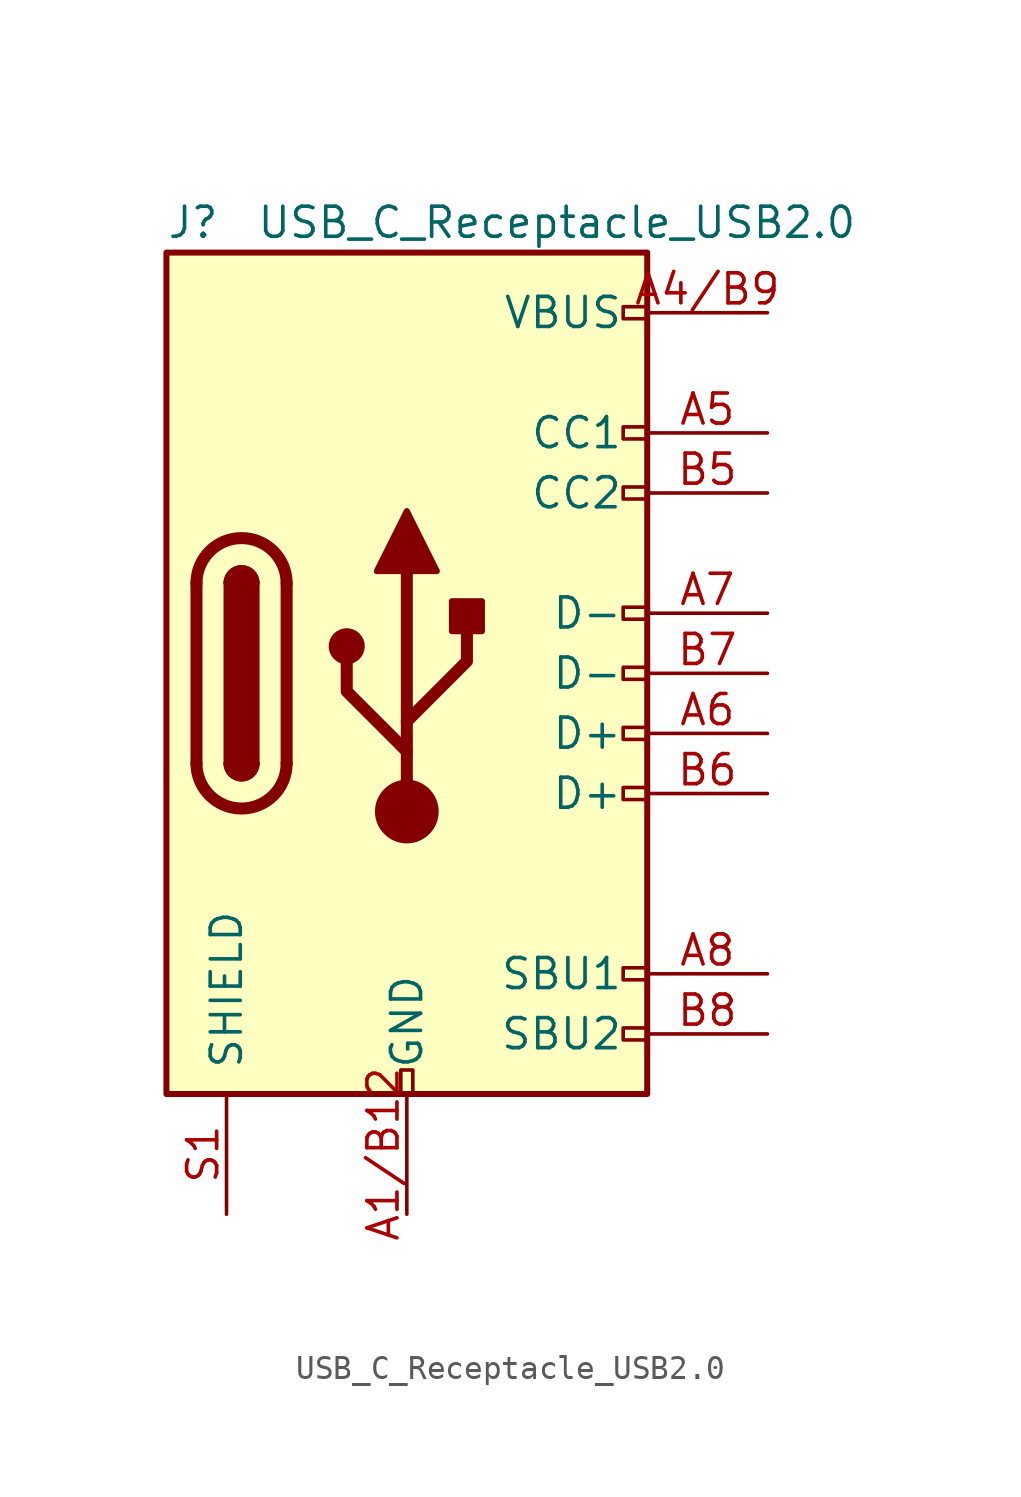
<source format=kicad_sym>
(kicad_symbol_lib
  (version 20231120)
  (generator "kicad_symbol_editor")
  (generator_version "8.0")
  (symbol "USB_C_Receptacle_USB2.0"
    (pin_names
      (offset 1.016))
    (property "Reference" "J"
      (at -10.16 19.05 0)
      (effects (font (size 1.27 1.27)) (justify left)))
    (property "Value" "USB_C_Receptacle_USB2.0"
      (at 19.05 19.05 0)
      (effects (font (size 1.27 1.27)) (justify right)))
    (symbol "USB_C_Receptacle_USB2.0_0_0"
      (rectangle (start -0.254 -17.78) (end 0.254 -16.764) (stroke (width 0) (type default)) (fill (type none)))
      (rectangle (start 10.16 -14.986) (end 9.144 -15.494) (stroke (width 0) (type default)) (fill (type none)))
      (rectangle (start 10.16 -12.446) (end 9.144 -12.954) (stroke (width 0) (type default)) (fill (type none)))
      (rectangle (start 10.16 -4.826) (end 9.144 -5.334) (stroke (width 0) (type default)) (fill (type none)))
      (rectangle (start 10.16 -2.286) (end 9.144 -2.794) (stroke (width 0) (type default)) (fill (type none)))
      (rectangle (start 10.16 0.254) (end 9.144 -0.254) (stroke (width 0) (type default)) (fill (type none)))
      (rectangle (start 10.16 2.794) (end 9.144 2.286) (stroke (width 0) (type default)) (fill (type none)))
      (rectangle (start 10.16 7.874) (end 9.144 7.366) (stroke (width 0) (type default)) (fill (type none)))
      (rectangle (start 10.16 10.414) (end 9.144 9.906) (stroke (width 0) (type default)) (fill (type none)))
      (rectangle (start 10.16 15.494) (end 9.144 14.986) (stroke (width 0) (type default)) (fill (type none))))
    (symbol "USB_C_Receptacle_USB2.0_0_1"
      (rectangle (start -10.16 17.78) (end 10.16 -17.78) (stroke (width 0.254) (type default)) (fill (type background)))
      (arc (start -8.89 -3.81) (mid -6.985 -5.7067) (end -5.08 -3.81) (stroke (width 0.508) (type default)) (fill (type none)))
      (arc (start -7.62 -3.81) (mid -6.985 -4.4423) (end -6.35 -3.81) (stroke (width 0.254) (type default)) (fill (type none)))
      (arc (start -7.62 -3.81) (mid -6.985 -4.4423) (end -6.35 -3.81) (stroke (width 0.254) (type default)) (fill (type outline)))
      (rectangle (start -7.62 -3.81) (end -6.35 3.81) (stroke (width 0.254) (type default)) (fill (type outline)))
      (arc (start -6.35 3.81) (mid -6.985 4.4423) (end -7.62 3.81) (stroke (width 0.254) (type default)) (fill (type none)))
      (arc (start -6.35 3.81) (mid -6.985 4.4423) (end -7.62 3.81) (stroke (width 0.254) (type default)) (fill (type outline)))
      (arc (start -5.08 3.81) (mid -6.985 5.7067) (end -8.89 3.81) (stroke (width 0.508) (type default)) (fill (type none)))
      (circle (center -2.54 1.143) (radius 0.635) (stroke (width 0.254) (type default)) (fill (type outline)))
      (circle (center 0 -5.842) (radius 1.27) (stroke (width 0) (type default)) (fill (type outline)))
      (polyline (pts (xy -8.89 -3.81) (xy -8.89 3.81)) (stroke (width 0.508) (type default)) (fill (type none)))
      (polyline (pts (xy -5.08 3.81) (xy -5.08 -3.81)) (stroke (width 0.508) (type default)) (fill (type none)))
      (polyline (pts (xy 0 -5.842) (xy 0 4.318)) (stroke (width 0.508) (type default)) (fill (type none)))
      (polyline (pts (xy 0 -3.302) (xy -2.54 -0.762) (xy -2.54 0.508)) (stroke (width 0.508) (type default)) (fill (type none)))
      (polyline (pts (xy 0 -2.032) (xy 2.54 0.508) (xy 2.54 1.778)) (stroke (width 0.508) (type default)) (fill (type none)))
      (polyline (pts (xy -1.27 4.318) (xy 0 6.858) (xy 1.27 4.318) (xy -1.27 4.318)) (stroke (width 0.254) (type default)) (fill (type outline)))
      (rectangle (start 1.905 1.778) (end 3.175 3.048) (stroke (width 0.254) (type default)) (fill (type outline))))
    (symbol "USB_C_Receptacle_USB2.0_1_1"
      (pin passive line (at 0 -22.86 90) (length 5.08) (name "GND" (effects (font (size 1.27 1.27)))) (number "A1/B12" (effects (font (size 1.27 1.27)))))
      (pin passive line (at 0 -22.86 90) (length 5.08) hide (name "GND" (effects (font (size 1.27 1.27)))) (number "A12/B1" (effects (font (size 1.27 1.27)))))
      (pin passive line (at 15.24 15.24 180) (length 5.08) (name "VBUS" (effects (font (size 1.27 1.27)))) (number "A4/B9" (effects (font (size 1.27 1.27)))))
      (pin bidirectional line (at 15.24 10.16 180) (length 5.08) (name "CC1" (effects (font (size 1.27 1.27)))) (number "A5" (effects (font (size 1.27 1.27)))))
      (pin bidirectional line (at 15.24 -2.54 180) (length 5.08) (name "D+" (effects (font (size 1.27 1.27)))) (number "A6" (effects (font (size 1.27 1.27)))))
      (pin bidirectional line (at 15.24 2.54 180) (length 5.08) (name "D-" (effects (font (size 1.27 1.27)))) (number "A7" (effects (font (size 1.27 1.27)))))
      (pin bidirectional line (at 15.24 -12.7 180) (length 5.08) (name "SBU1" (effects (font (size 1.27 1.27)))) (number "A8" (effects (font (size 1.27 1.27)))))
      (pin passive line (at 15.24 15.24 180) (length 5.08) hide (name "VBUS" (effects (font (size 1.27 1.27)))) (number "A9/B4" (effects (font (size 1.27 1.27)))))
      (pin bidirectional line (at 15.24 7.62 180) (length 5.08) (name "CC2" (effects (font (size 1.27 1.27)))) (number "B5" (effects (font (size 1.27 1.27)))))
      (pin bidirectional line (at 15.24 -5.08 180) (length 5.08) (name "D+" (effects (font (size 1.27 1.27)))) (number "B6" (effects (font (size 1.27 1.27)))))
      (pin bidirectional line (at 15.24 0 180) (length 5.08) (name "D-" (effects (font (size 1.27 1.27)))) (number "B7" (effects (font (size 1.27 1.27)))))
      (pin bidirectional line (at 15.24 -15.24 180) (length 5.08) (name "SBU2" (effects (font (size 1.27 1.27)))) (number "B8" (effects (font (size 1.27 1.27)))))
      (pin passive line (at -7.62 -22.86 90) (length 5.08) (name "SHIELD" (effects (font (size 1.27 1.27)))) (number "S1" (effects (font (size 1.27 1.27))))))))
</source>
